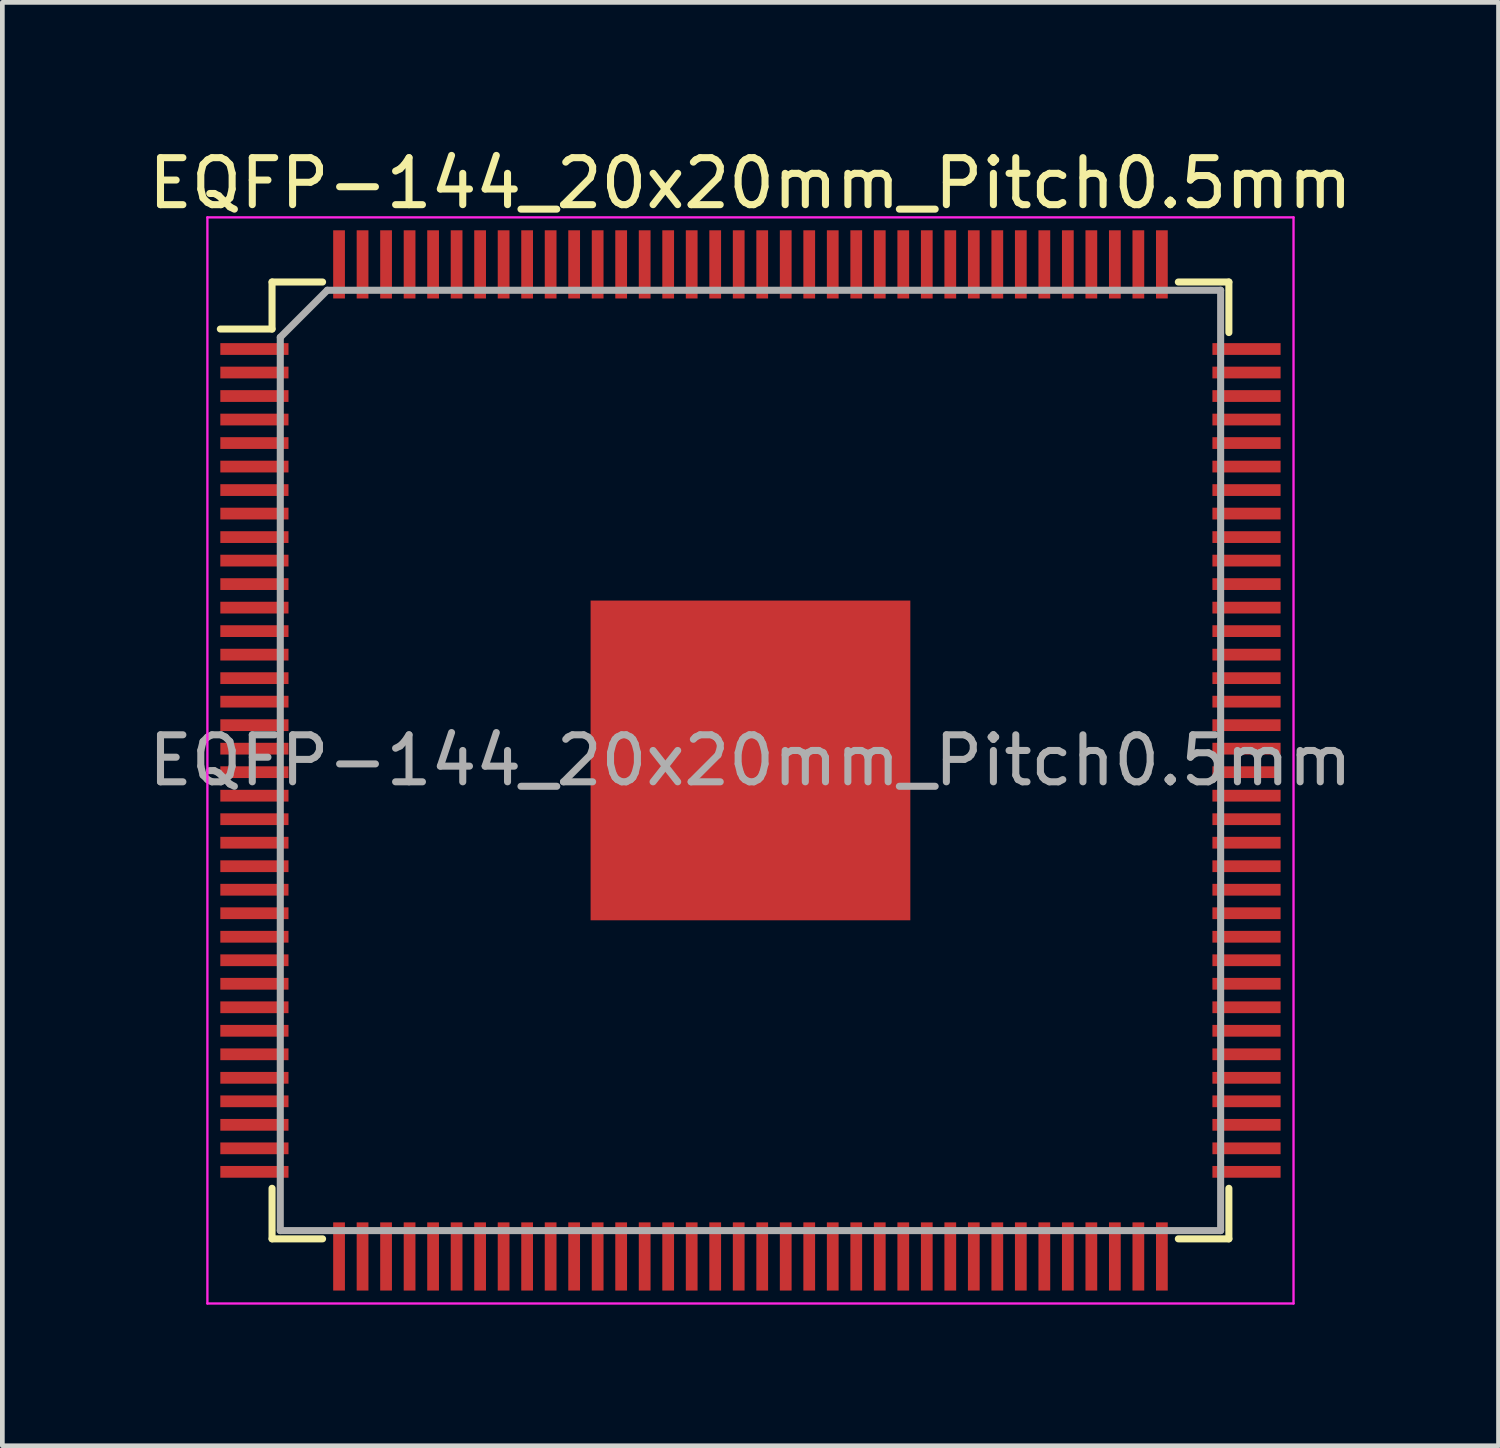
<source format=kicad_pcb>
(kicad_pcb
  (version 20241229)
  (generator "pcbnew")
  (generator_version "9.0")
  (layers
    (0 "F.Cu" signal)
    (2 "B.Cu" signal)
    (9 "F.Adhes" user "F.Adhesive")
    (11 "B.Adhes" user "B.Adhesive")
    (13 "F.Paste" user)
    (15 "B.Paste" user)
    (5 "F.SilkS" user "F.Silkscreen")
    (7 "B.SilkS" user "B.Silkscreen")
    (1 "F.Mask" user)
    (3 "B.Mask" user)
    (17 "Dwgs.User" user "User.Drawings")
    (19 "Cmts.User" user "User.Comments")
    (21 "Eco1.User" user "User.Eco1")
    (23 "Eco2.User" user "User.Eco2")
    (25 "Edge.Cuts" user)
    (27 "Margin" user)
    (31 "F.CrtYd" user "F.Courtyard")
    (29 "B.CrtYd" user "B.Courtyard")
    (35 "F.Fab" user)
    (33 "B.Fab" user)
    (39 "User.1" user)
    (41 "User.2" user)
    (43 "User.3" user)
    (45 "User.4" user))
  (footprint "EQFP-144_20x20mm_Pitch0.5mm"
    (layer "F.Cu")
    (at 12.911 13.123)
    (property "Reference" "EQFP-144_20x20mm_Pitch0.5mm" (at 0 -12.275 0) (layer "F.SilkS") (effects (font (size 1 1) (thickness 0.15))))
    (attr smd)
    (fp_line (start -10.175 -10.175) (end -10.175 -9.175) (stroke (width 0.15) (type solid)) (layer "F.SilkS"))
    (fp_line (start -10.175 -10.175) (end -9.1 -10.175) (stroke (width 0.15) (type solid)) (layer "F.SilkS"))
    (fp_line (start -10.175 -9.175) (end -11.275 -9.175) (stroke (width 0.15) (type solid)) (layer "F.SilkS"))
    (fp_line (start -10.175 10.175) (end -10.175 9.1) (stroke (width 0.15) (type solid)) (layer "F.SilkS"))
    (fp_line (start -10.175 10.175) (end -9.1 10.175) (stroke (width 0.15) (type solid)) (layer "F.SilkS"))
    (fp_line (start 10.175 -10.175) (end 9.1 -10.175) (stroke (width 0.15) (type solid)) (layer "F.SilkS"))
    (fp_line (start 10.175 -10.175) (end 10.175 -9.1) (stroke (width 0.15) (type solid)) (layer "F.SilkS"))
    (fp_line (start 10.175 10.175) (end 9.1 10.175) (stroke (width 0.15) (type solid)) (layer "F.SilkS"))
    (fp_line (start 10.175 10.175) (end 10.175 9.1) (stroke (width 0.15) (type solid)) (layer "F.SilkS"))
    (fp_line (start -11.55 -11.55) (end -11.55 11.55) (stroke (width 0.05) (type solid)) (layer "F.CrtYd"))
    (fp_line (start -11.55 -11.55) (end 11.55 -11.55) (stroke (width 0.05) (type solid)) (layer "F.CrtYd"))
    (fp_line (start -11.55 11.55) (end 11.55 11.55) (stroke (width 0.05) (type solid)) (layer "F.CrtYd"))
    (fp_line (start 11.55 -11.55) (end 11.55 11.55) (stroke (width 0.05) (type solid)) (layer "F.CrtYd"))
    (fp_line (start -10 -9) (end -9 -10) (stroke (width 0.15) (type solid)) (layer "F.Fab"))
    (fp_line (start -10 10) (end -10 -9) (stroke (width 0.15) (type solid)) (layer "F.Fab"))
    (fp_line (start -9 -10) (end 10 -10) (stroke (width 0.15) (type solid)) (layer "F.Fab"))
    (fp_line (start 10 -10) (end 10 10) (stroke (width 0.15) (type solid)) (layer "F.Fab"))
    (fp_line (start 10 10) (end -10 10) (stroke (width 0.15) (type solid)) (layer "F.Fab"))
    (fp_text user "${REFERENCE}" (at 0 0 0) (layer "F.Fab") (effects (font (size 1 1) (thickness 0.15))))
    (pad "1" smd rect (at -10.55 -8.75) (size 1.45 0.25) (layers "F.Cu" "F.Mask" "F.Paste"))
    (pad "2" smd rect (at -10.55 -8.25) (size 1.45 0.25) (layers "F.Cu" "F.Mask" "F.Paste"))
    (pad "3" smd rect (at -10.55 -7.75) (size 1.45 0.25) (layers "F.Cu" "F.Mask" "F.Paste"))
    (pad "4" smd rect (at -10.55 -7.25) (size 1.45 0.25) (layers "F.Cu" "F.Mask" "F.Paste"))
    (pad "5" smd rect (at -10.55 -6.75) (size 1.45 0.25) (layers "F.Cu" "F.Mask" "F.Paste"))
    (pad "6" smd rect (at -10.55 -6.25) (size 1.45 0.25) (layers "F.Cu" "F.Mask" "F.Paste"))
    (pad "7" smd rect (at -10.55 -5.75) (size 1.45 0.25) (layers "F.Cu" "F.Mask" "F.Paste"))
    (pad "8" smd rect (at -10.55 -5.25) (size 1.45 0.25) (layers "F.Cu" "F.Mask" "F.Paste"))
    (pad "9" smd rect (at -10.55 -4.75) (size 1.45 0.25) (layers "F.Cu" "F.Mask" "F.Paste"))
    (pad "10" smd rect (at -10.55 -4.25) (size 1.45 0.25) (layers "F.Cu" "F.Mask" "F.Paste"))
    (pad "11" smd rect (at -10.55 -3.75) (size 1.45 0.25) (layers "F.Cu" "F.Mask" "F.Paste"))
    (pad "12" smd rect (at -10.55 -3.25) (size 1.45 0.25) (layers "F.Cu" "F.Mask" "F.Paste"))
    (pad "13" smd rect (at -10.55 -2.75) (size 1.45 0.25) (layers "F.Cu" "F.Mask" "F.Paste"))
    (pad "14" smd rect (at -10.55 -2.25) (size 1.45 0.25) (layers "F.Cu" "F.Mask" "F.Paste"))
    (pad "15" smd rect (at -10.55 -1.75) (size 1.45 0.25) (layers "F.Cu" "F.Mask" "F.Paste"))
    (pad "16" smd rect (at -10.55 -1.25) (size 1.45 0.25) (layers "F.Cu" "F.Mask" "F.Paste"))
    (pad "17" smd rect (at -10.55 -0.75) (size 1.45 0.25) (layers "F.Cu" "F.Mask" "F.Paste"))
    (pad "18" smd rect (at -10.55 -0.25) (size 1.45 0.25) (layers "F.Cu" "F.Mask" "F.Paste"))
    (pad "19" smd rect (at -10.55 0.25) (size 1.45 0.25) (layers "F.Cu" "F.Mask" "F.Paste"))
    (pad "20" smd rect (at -10.55 0.75) (size 1.45 0.25) (layers "F.Cu" "F.Mask" "F.Paste"))
    (pad "21" smd rect (at -10.55 1.25) (size 1.45 0.25) (layers "F.Cu" "F.Mask" "F.Paste"))
    (pad "22" smd rect (at -10.55 1.75) (size 1.45 0.25) (layers "F.Cu" "F.Mask" "F.Paste"))
    (pad "23" smd rect (at -10.55 2.25) (size 1.45 0.25) (layers "F.Cu" "F.Mask" "F.Paste"))
    (pad "24" smd rect (at -10.55 2.75) (size 1.45 0.25) (layers "F.Cu" "F.Mask" "F.Paste"))
    (pad "25" smd rect (at -10.55 3.25) (size 1.45 0.25) (layers "F.Cu" "F.Mask" "F.Paste"))
    (pad "26" smd rect (at -10.55 3.75) (size 1.45 0.25) (layers "F.Cu" "F.Mask" "F.Paste"))
    (pad "27" smd rect (at -10.55 4.25) (size 1.45 0.25) (layers "F.Cu" "F.Mask" "F.Paste"))
    (pad "28" smd rect (at -10.55 4.75) (size 1.45 0.25) (layers "F.Cu" "F.Mask" "F.Paste"))
    (pad "29" smd rect (at -10.55 5.25) (size 1.45 0.25) (layers "F.Cu" "F.Mask" "F.Paste"))
    (pad "30" smd rect (at -10.55 5.75) (size 1.45 0.25) (layers "F.Cu" "F.Mask" "F.Paste"))
    (pad "31" smd rect (at -10.55 6.25) (size 1.45 0.25) (layers "F.Cu" "F.Mask" "F.Paste"))
    (pad "32" smd rect (at -10.55 6.75) (size 1.45 0.25) (layers "F.Cu" "F.Mask" "F.Paste"))
    (pad "33" smd rect (at -10.55 7.25) (size 1.45 0.25) (layers "F.Cu" "F.Mask" "F.Paste"))
    (pad "34" smd rect (at -10.55 7.75) (size 1.45 0.25) (layers "F.Cu" "F.Mask" "F.Paste"))
    (pad "35" smd rect (at -10.55 8.25) (size 1.45 0.25) (layers "F.Cu" "F.Mask" "F.Paste"))
    (pad "36" smd rect (at -10.55 8.75) (size 1.45 0.25) (layers "F.Cu" "F.Mask" "F.Paste"))
    (pad "37" smd rect (at -8.75 10.55 90) (size 1.45 0.25) (layers "F.Cu" "F.Mask" "F.Paste"))
    (pad "38" smd rect (at -8.25 10.55 90) (size 1.45 0.25) (layers "F.Cu" "F.Mask" "F.Paste"))
    (pad "39" smd rect (at -7.75 10.55 90) (size 1.45 0.25) (layers "F.Cu" "F.Mask" "F.Paste"))
    (pad "40" smd rect (at -7.25 10.55 90) (size 1.45 0.25) (layers "F.Cu" "F.Mask" "F.Paste"))
    (pad "41" smd rect (at -6.75 10.55 90) (size 1.45 0.25) (layers "F.Cu" "F.Mask" "F.Paste"))
    (pad "42" smd rect (at -6.25 10.55 90) (size 1.45 0.25) (layers "F.Cu" "F.Mask" "F.Paste"))
    (pad "43" smd rect (at -5.75 10.55 90) (size 1.45 0.25) (layers "F.Cu" "F.Mask" "F.Paste"))
    (pad "44" smd rect (at -5.25 10.55 90) (size 1.45 0.25) (layers "F.Cu" "F.Mask" "F.Paste"))
    (pad "45" smd rect (at -4.75 10.55 90) (size 1.45 0.25) (layers "F.Cu" "F.Mask" "F.Paste"))
    (pad "46" smd rect (at -4.25 10.55 90) (size 1.45 0.25) (layers "F.Cu" "F.Mask" "F.Paste"))
    (pad "47" smd rect (at -3.75 10.55 90) (size 1.45 0.25) (layers "F.Cu" "F.Mask" "F.Paste"))
    (pad "48" smd rect (at -3.25 10.55 90) (size 1.45 0.25) (layers "F.Cu" "F.Mask" "F.Paste"))
    (pad "49" smd rect (at -2.75 10.55 90) (size 1.45 0.25) (layers "F.Cu" "F.Mask" "F.Paste"))
    (pad "50" smd rect (at -2.25 10.55 90) (size 1.45 0.25) (layers "F.Cu" "F.Mask" "F.Paste"))
    (pad "51" smd rect (at -1.75 10.55 90) (size 1.45 0.25) (layers "F.Cu" "F.Mask" "F.Paste"))
    (pad "52" smd rect (at -1.25 10.55 90) (size 1.45 0.25) (layers "F.Cu" "F.Mask" "F.Paste"))
    (pad "53" smd rect (at -0.75 10.55 90) (size 1.45 0.25) (layers "F.Cu" "F.Mask" "F.Paste"))
    (pad "54" smd rect (at -0.25 10.55 90) (size 1.45 0.25) (layers "F.Cu" "F.Mask" "F.Paste"))
    (pad "55" smd rect (at 0.25 10.55 90) (size 1.45 0.25) (layers "F.Cu" "F.Mask" "F.Paste"))
    (pad "56" smd rect (at 0.75 10.55 90) (size 1.45 0.25) (layers "F.Cu" "F.Mask" "F.Paste"))
    (pad "57" smd rect (at 1.25 10.55 90) (size 1.45 0.25) (layers "F.Cu" "F.Mask" "F.Paste"))
    (pad "58" smd rect (at 1.75 10.55 90) (size 1.45 0.25) (layers "F.Cu" "F.Mask" "F.Paste"))
    (pad "59" smd rect (at 2.25 10.55 90) (size 1.45 0.25) (layers "F.Cu" "F.Mask" "F.Paste"))
    (pad "60" smd rect (at 2.75 10.55 90) (size 1.45 0.25) (layers "F.Cu" "F.Mask" "F.Paste"))
    (pad "61" smd rect (at 3.25 10.55 90) (size 1.45 0.25) (layers "F.Cu" "F.Mask" "F.Paste"))
    (pad "62" smd rect (at 3.75 10.55 90) (size 1.45 0.25) (layers "F.Cu" "F.Mask" "F.Paste"))
    (pad "63" smd rect (at 4.25 10.55 90) (size 1.45 0.25) (layers "F.Cu" "F.Mask" "F.Paste"))
    (pad "64" smd rect (at 4.75 10.55 90) (size 1.45 0.25) (layers "F.Cu" "F.Mask" "F.Paste"))
    (pad "65" smd rect (at 5.25 10.55 90) (size 1.45 0.25) (layers "F.Cu" "F.Mask" "F.Paste"))
    (pad "66" smd rect (at 5.75 10.55 90) (size 1.45 0.25) (layers "F.Cu" "F.Mask" "F.Paste"))
    (pad "67" smd rect (at 6.25 10.55 90) (size 1.45 0.25) (layers "F.Cu" "F.Mask" "F.Paste"))
    (pad "68" smd rect (at 6.75 10.55 90) (size 1.45 0.25) (layers "F.Cu" "F.Mask" "F.Paste"))
    (pad "69" smd rect (at 7.25 10.55 90) (size 1.45 0.25) (layers "F.Cu" "F.Mask" "F.Paste"))
    (pad "70" smd rect (at 7.75 10.55 90) (size 1.45 0.25) (layers "F.Cu" "F.Mask" "F.Paste"))
    (pad "71" smd rect (at 8.25 10.55 90) (size 1.45 0.25) (layers "F.Cu" "F.Mask" "F.Paste"))
    (pad "72" smd rect (at 8.75 10.55 90) (size 1.45 0.25) (layers "F.Cu" "F.Mask" "F.Paste"))
    (pad "73" smd rect (at 10.55 8.75) (size 1.45 0.25) (layers "F.Cu" "F.Mask" "F.Paste"))
    (pad "74" smd rect (at 10.55 8.25) (size 1.45 0.25) (layers "F.Cu" "F.Mask" "F.Paste"))
    (pad "75" smd rect (at 10.55 7.75) (size 1.45 0.25) (layers "F.Cu" "F.Mask" "F.Paste"))
    (pad "76" smd rect (at 10.55 7.25) (size 1.45 0.25) (layers "F.Cu" "F.Mask" "F.Paste"))
    (pad "77" smd rect (at 10.55 6.75) (size 1.45 0.25) (layers "F.Cu" "F.Mask" "F.Paste"))
    (pad "78" smd rect (at 10.55 6.25) (size 1.45 0.25) (layers "F.Cu" "F.Mask" "F.Paste"))
    (pad "79" smd rect (at 10.55 5.75) (size 1.45 0.25) (layers "F.Cu" "F.Mask" "F.Paste"))
    (pad "80" smd rect (at 10.55 5.25) (size 1.45 0.25) (layers "F.Cu" "F.Mask" "F.Paste"))
    (pad "81" smd rect (at 10.55 4.75) (size 1.45 0.25) (layers "F.Cu" "F.Mask" "F.Paste"))
    (pad "82" smd rect (at 10.55 4.25) (size 1.45 0.25) (layers "F.Cu" "F.Mask" "F.Paste"))
    (pad "83" smd rect (at 10.55 3.75) (size 1.45 0.25) (layers "F.Cu" "F.Mask" "F.Paste"))
    (pad "84" smd rect (at 10.55 3.25) (size 1.45 0.25) (layers "F.Cu" "F.Mask" "F.Paste"))
    (pad "85" smd rect (at 10.55 2.75) (size 1.45 0.25) (layers "F.Cu" "F.Mask" "F.Paste"))
    (pad "86" smd rect (at 10.55 2.25) (size 1.45 0.25) (layers "F.Cu" "F.Mask" "F.Paste"))
    (pad "87" smd rect (at 10.55 1.75) (size 1.45 0.25) (layers "F.Cu" "F.Mask" "F.Paste"))
    (pad "88" smd rect (at 10.55 1.25) (size 1.45 0.25) (layers "F.Cu" "F.Mask" "F.Paste"))
    (pad "89" smd rect (at 10.55 0.75) (size 1.45 0.25) (layers "F.Cu" "F.Mask" "F.Paste"))
    (pad "90" smd rect (at 10.55 0.25) (size 1.45 0.25) (layers "F.Cu" "F.Mask" "F.Paste"))
    (pad "91" smd rect (at 10.55 -0.25) (size 1.45 0.25) (layers "F.Cu" "F.Mask" "F.Paste"))
    (pad "92" smd rect (at 10.55 -0.75) (size 1.45 0.25) (layers "F.Cu" "F.Mask" "F.Paste"))
    (pad "93" smd rect (at 10.55 -1.25) (size 1.45 0.25) (layers "F.Cu" "F.Mask" "F.Paste"))
    (pad "94" smd rect (at 10.55 -1.75) (size 1.45 0.25) (layers "F.Cu" "F.Mask" "F.Paste"))
    (pad "95" smd rect (at 10.55 -2.25) (size 1.45 0.25) (layers "F.Cu" "F.Mask" "F.Paste"))
    (pad "96" smd rect (at 10.55 -2.75) (size 1.45 0.25) (layers "F.Cu" "F.Mask" "F.Paste"))
    (pad "97" smd rect (at 10.55 -3.25) (size 1.45 0.25) (layers "F.Cu" "F.Mask" "F.Paste"))
    (pad "98" smd rect (at 10.55 -3.75) (size 1.45 0.25) (layers "F.Cu" "F.Mask" "F.Paste"))
    (pad "99" smd rect (at 10.55 -4.25) (size 1.45 0.25) (layers "F.Cu" "F.Mask" "F.Paste"))
    (pad "100" smd rect (at 10.55 -4.75) (size 1.45 0.25) (layers "F.Cu" "F.Mask" "F.Paste"))
    (pad "101" smd rect (at 10.55 -5.25) (size 1.45 0.25) (layers "F.Cu" "F.Mask" "F.Paste"))
    (pad "102" smd rect (at 10.55 -5.75) (size 1.45 0.25) (layers "F.Cu" "F.Mask" "F.Paste"))
    (pad "103" smd rect (at 10.55 -6.25) (size 1.45 0.25) (layers "F.Cu" "F.Mask" "F.Paste"))
    (pad "104" smd rect (at 10.55 -6.75) (size 1.45 0.25) (layers "F.Cu" "F.Mask" "F.Paste"))
    (pad "105" smd rect (at 10.55 -7.25) (size 1.45 0.25) (layers "F.Cu" "F.Mask" "F.Paste"))
    (pad "106" smd rect (at 10.55 -7.75) (size 1.45 0.25) (layers "F.Cu" "F.Mask" "F.Paste"))
    (pad "107" smd rect (at 10.55 -8.25) (size 1.45 0.25) (layers "F.Cu" "F.Mask" "F.Paste"))
    (pad "108" smd rect (at 10.55 -8.75) (size 1.45 0.25) (layers "F.Cu" "F.Mask" "F.Paste"))
    (pad "109" smd rect (at 8.75 -10.55 90) (size 1.45 0.25) (layers "F.Cu" "F.Mask" "F.Paste"))
    (pad "110" smd rect (at 8.25 -10.55 90) (size 1.45 0.25) (layers "F.Cu" "F.Mask" "F.Paste"))
    (pad "111" smd rect (at 7.75 -10.55 90) (size 1.45 0.25) (layers "F.Cu" "F.Mask" "F.Paste"))
    (pad "112" smd rect (at 7.25 -10.55 90) (size 1.45 0.25) (layers "F.Cu" "F.Mask" "F.Paste"))
    (pad "113" smd rect (at 6.75 -10.55 90) (size 1.45 0.25) (layers "F.Cu" "F.Mask" "F.Paste"))
    (pad "114" smd rect (at 6.25 -10.55 90) (size 1.45 0.25) (layers "F.Cu" "F.Mask" "F.Paste"))
    (pad "115" smd rect (at 5.75 -10.55 90) (size 1.45 0.25) (layers "F.Cu" "F.Mask" "F.Paste"))
    (pad "116" smd rect (at 5.25 -10.55 90) (size 1.45 0.25) (layers "F.Cu" "F.Mask" "F.Paste"))
    (pad "117" smd rect (at 4.75 -10.55 90) (size 1.45 0.25) (layers "F.Cu" "F.Mask" "F.Paste"))
    (pad "118" smd rect (at 4.25 -10.55 90) (size 1.45 0.25) (layers "F.Cu" "F.Mask" "F.Paste"))
    (pad "119" smd rect (at 3.75 -10.55 90) (size 1.45 0.25) (layers "F.Cu" "F.Mask" "F.Paste"))
    (pad "120" smd rect (at 3.25 -10.55 90) (size 1.45 0.25) (layers "F.Cu" "F.Mask" "F.Paste"))
    (pad "121" smd rect (at 2.75 -10.55 90) (size 1.45 0.25) (layers "F.Cu" "F.Mask" "F.Paste"))
    (pad "122" smd rect (at 2.25 -10.55 90) (size 1.45 0.25) (layers "F.Cu" "F.Mask" "F.Paste"))
    (pad "123" smd rect (at 1.75 -10.55 90) (size 1.45 0.25) (layers "F.Cu" "F.Mask" "F.Paste"))
    (pad "124" smd rect (at 1.25 -10.55 90) (size 1.45 0.25) (layers "F.Cu" "F.Mask" "F.Paste"))
    (pad "125" smd rect (at 0.75 -10.55 90) (size 1.45 0.25) (layers "F.Cu" "F.Mask" "F.Paste"))
    (pad "126" smd rect (at 0.25 -10.55 90) (size 1.45 0.25) (layers "F.Cu" "F.Mask" "F.Paste"))
    (pad "127" smd rect (at -0.25 -10.55 90) (size 1.45 0.25) (layers "F.Cu" "F.Mask" "F.Paste"))
    (pad "128" smd rect (at -0.75 -10.55 90) (size 1.45 0.25) (layers "F.Cu" "F.Mask" "F.Paste"))
    (pad "129" smd rect (at -1.25 -10.55 90) (size 1.45 0.25) (layers "F.Cu" "F.Mask" "F.Paste"))
    (pad "130" smd rect (at -1.75 -10.55 90) (size 1.45 0.25) (layers "F.Cu" "F.Mask" "F.Paste"))
    (pad "131" smd rect (at -2.25 -10.55 90) (size 1.45 0.25) (layers "F.Cu" "F.Mask" "F.Paste"))
    (pad "132" smd rect (at -2.75 -10.55 90) (size 1.45 0.25) (layers "F.Cu" "F.Mask" "F.Paste"))
    (pad "133" smd rect (at -3.25 -10.55 90) (size 1.45 0.25) (layers "F.Cu" "F.Mask" "F.Paste"))
    (pad "134" smd rect (at -3.75 -10.55 90) (size 1.45 0.25) (layers "F.Cu" "F.Mask" "F.Paste"))
    (pad "135" smd rect (at -4.25 -10.55 90) (size 1.45 0.25) (layers "F.Cu" "F.Mask" "F.Paste"))
    (pad "136" smd rect (at -4.75 -10.55 90) (size 1.45 0.25) (layers "F.Cu" "F.Mask" "F.Paste"))
    (pad "137" smd rect (at -5.25 -10.55 90) (size 1.45 0.25) (layers "F.Cu" "F.Mask" "F.Paste"))
    (pad "138" smd rect (at -5.75 -10.55 90) (size 1.45 0.25) (layers "F.Cu" "F.Mask" "F.Paste"))
    (pad "139" smd rect (at -6.25 -10.55 90) (size 1.45 0.25) (layers "F.Cu" "F.Mask" "F.Paste"))
    (pad "140" smd rect (at -6.75 -10.55 90) (size 1.45 0.25) (layers "F.Cu" "F.Mask" "F.Paste"))
    (pad "141" smd rect (at -7.25 -10.55 90) (size 1.45 0.25) (layers "F.Cu" "F.Mask" "F.Paste"))
    (pad "142" smd rect (at -7.75 -10.55 90) (size 1.45 0.25) (layers "F.Cu" "F.Mask" "F.Paste"))
    (pad "143" smd rect (at -8.25 -10.55 90) (size 1.45 0.25) (layers "F.Cu" "F.Mask" "F.Paste"))
    (pad "144" smd rect (at -8.75 -10.55 90) (size 1.45 0.25) (layers "F.Cu" "F.Mask" "F.Paste"))
    (pad "145" smd rect (at 0 0) (size 6.8 6.8) (layers "F.Cu" "F.Mask" "F.Paste")))
  (gr_rect
    (start -3 -3)
    (end 28.821 27.698)
    (stroke (width 0.1) (type default))
    (fill no)
    (layer "Edge.Cuts")))
</source>
